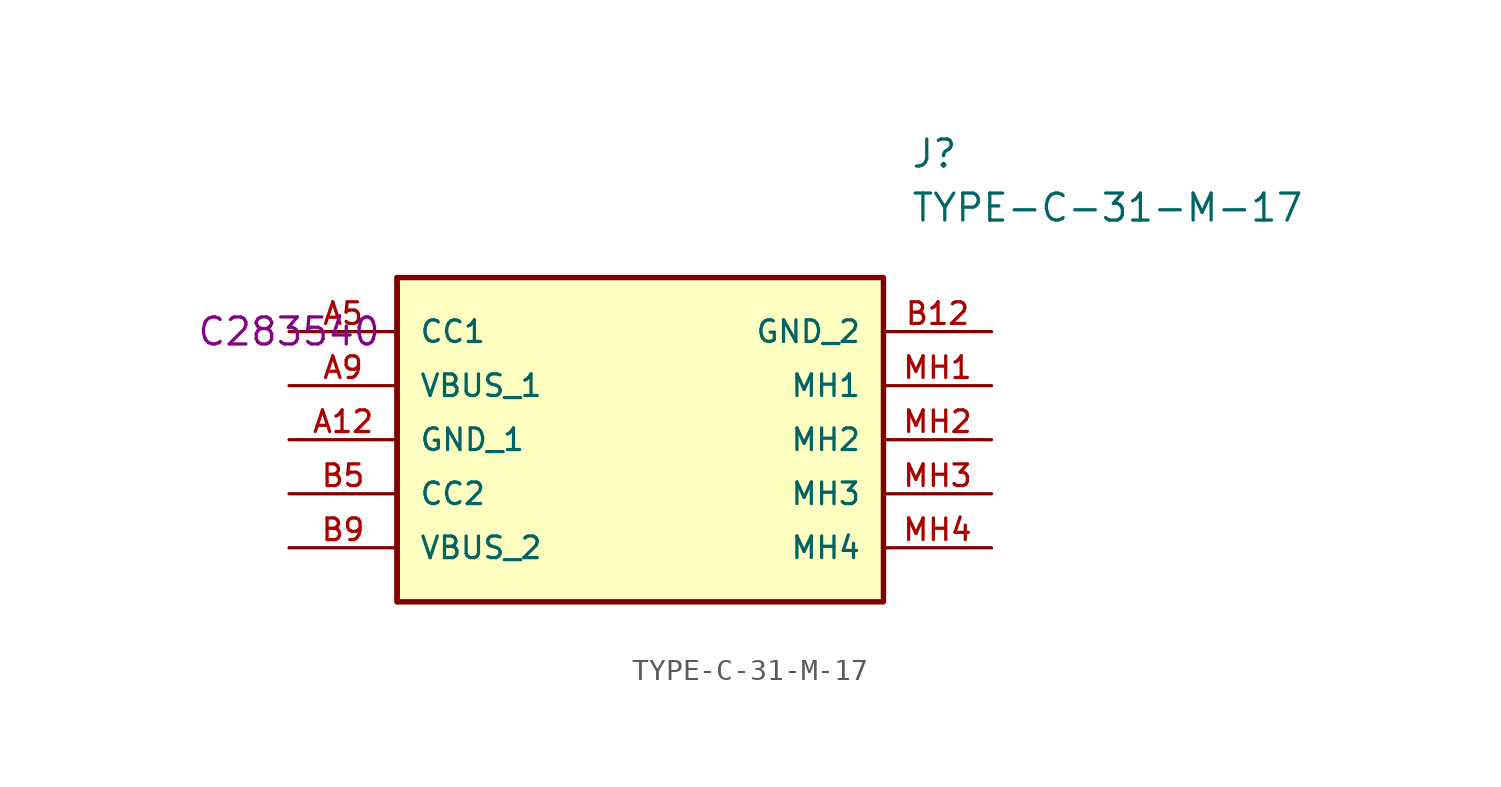
<source format=kicad_sym>
(kicad_symbol_lib
  (version 20211014)
  (generator kicad_symbol_editor)
  (symbol "TYPE-C-31-M-17"
    (pin_names
      (offset 1.016))
    (property "Reference" "J"
      (at 29.21 7.62 0)
      (effects (font (size 1.27 1.27)) (justify left bottom)))
    (property "Value" "TYPE-C-31-M-17"
      (at 29.21 5.08 0)
      (effects (font (size 1.27 1.27)) (justify left bottom)))
    (property "LCSC" "C283540"
      (at 0 0 0)
      (effects (font (size 1.27 1.27))))
    (symbol "TYPE-C-31-M-17_0_0"
      (polyline (pts (xy 5.08 2.54) (xy 5.08 -12.7)) (stroke (width 0.254) (type default) (color 0 0 0 0)) (fill (type none)))
      (rectangle (start 5.08 -12.7) (end 27.94 2.54) (stroke (width 0.254) (type default) (color 0 0 0 0)) (fill (type background)))
      (pin bidirectional line (at 0 -5.08 0) (length 5.08) (name "GND_1" (effects (font (size 1.016 1.016)))) (number "A12" (effects (font (size 1.016 1.016)))))
      (pin bidirectional line (at 0 0 0) (length 5.08) (name "CC1" (effects (font (size 1.016 1.016)))) (number "A5" (effects (font (size 1.016 1.016)))))
      (pin bidirectional line (at 0 -2.54 0) (length 5.08) (name "VBUS_1" (effects (font (size 1.016 1.016)))) (number "A9" (effects (font (size 1.016 1.016)))))
      (pin bidirectional line (at 33.02 0 180) (length 5.08) (name "GND_2" (effects (font (size 1.016 1.016)))) (number "B12" (effects (font (size 1.016 1.016)))))
      (pin bidirectional line (at 0 -7.62 0) (length 5.08) (name "CC2" (effects (font (size 1.016 1.016)))) (number "B5" (effects (font (size 1.016 1.016)))))
      (pin bidirectional line (at 0 -10.16 0) (length 5.08) (name "VBUS_2" (effects (font (size 1.016 1.016)))) (number "B9" (effects (font (size 1.016 1.016)))))
      (pin bidirectional line (at 33.02 -2.54 180) (length 5.08) (name "MH1" (effects (font (size 1.016 1.016)))) (number "MH1" (effects (font (size 1.016 1.016)))))
      (pin bidirectional line (at 33.02 -5.08 180) (length 5.08) (name "MH2" (effects (font (size 1.016 1.016)))) (number "MH2" (effects (font (size 1.016 1.016)))))
      (pin bidirectional line (at 33.02 -7.62 180) (length 5.08) (name "MH3" (effects (font (size 1.016 1.016)))) (number "MH3" (effects (font (size 1.016 1.016)))))
      (pin bidirectional line (at 33.02 -10.16 180) (length 5.08) (name "MH4" (effects (font (size 1.016 1.016)))) (number "MH4" (effects (font (size 1.016 1.016))))))))
</source>
